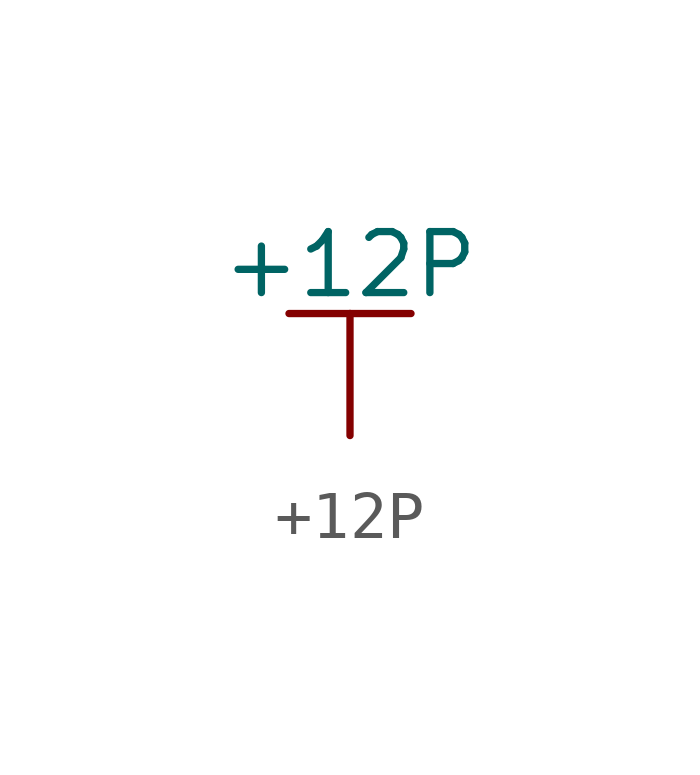
<source format=kicad_sym>
(kicad_symbol_lib
  (version 20211014)
  (generator kicad_symbol_editor)
  (symbol "+12P"
    (power)
    (pin_names
      (offset 0))
    (property "Reference" "#PWR"
      (at 0 -3.81 0)
      (effects (font (size 1.27 1.27)) hide))
    (property "Value" "+12P"
      (at 0 3.556 0)
      (effects (font (size 1.27 1.27))))
    (property "Footprint" ""
      (at 0 0 0)
      (effects (font (size 1.27 1.27))))
    (property "Datasheet" ""
      (at 0 0 0)
      (effects (font (size 1.27 1.27))))
    (symbol "+12P_0_1"
      (polyline (pts (xy -1.27 2.54) (xy 0 2.54)) (stroke (width 0) (type default) (color 0 0 0 0)) (fill (type none)))
      (polyline (pts (xy 0 0) (xy 0 2.54)) (stroke (width 0) (type default) (color 0 0 0 0)) (fill (type none)))
      (polyline (pts (xy 0 2.54) (xy 1.27 2.54)) (stroke (width 0) (type default) (color 0 0 0 0)) (fill (type none))))
    (symbol "+12P_1_1"
      (pin power_in line (at 0 0 90) (length 0) hide (name "+12P" (effects (font (size 1.27 1.27)))) (number "1" (effects (font (size 1.27 1.27))))))))
</source>
